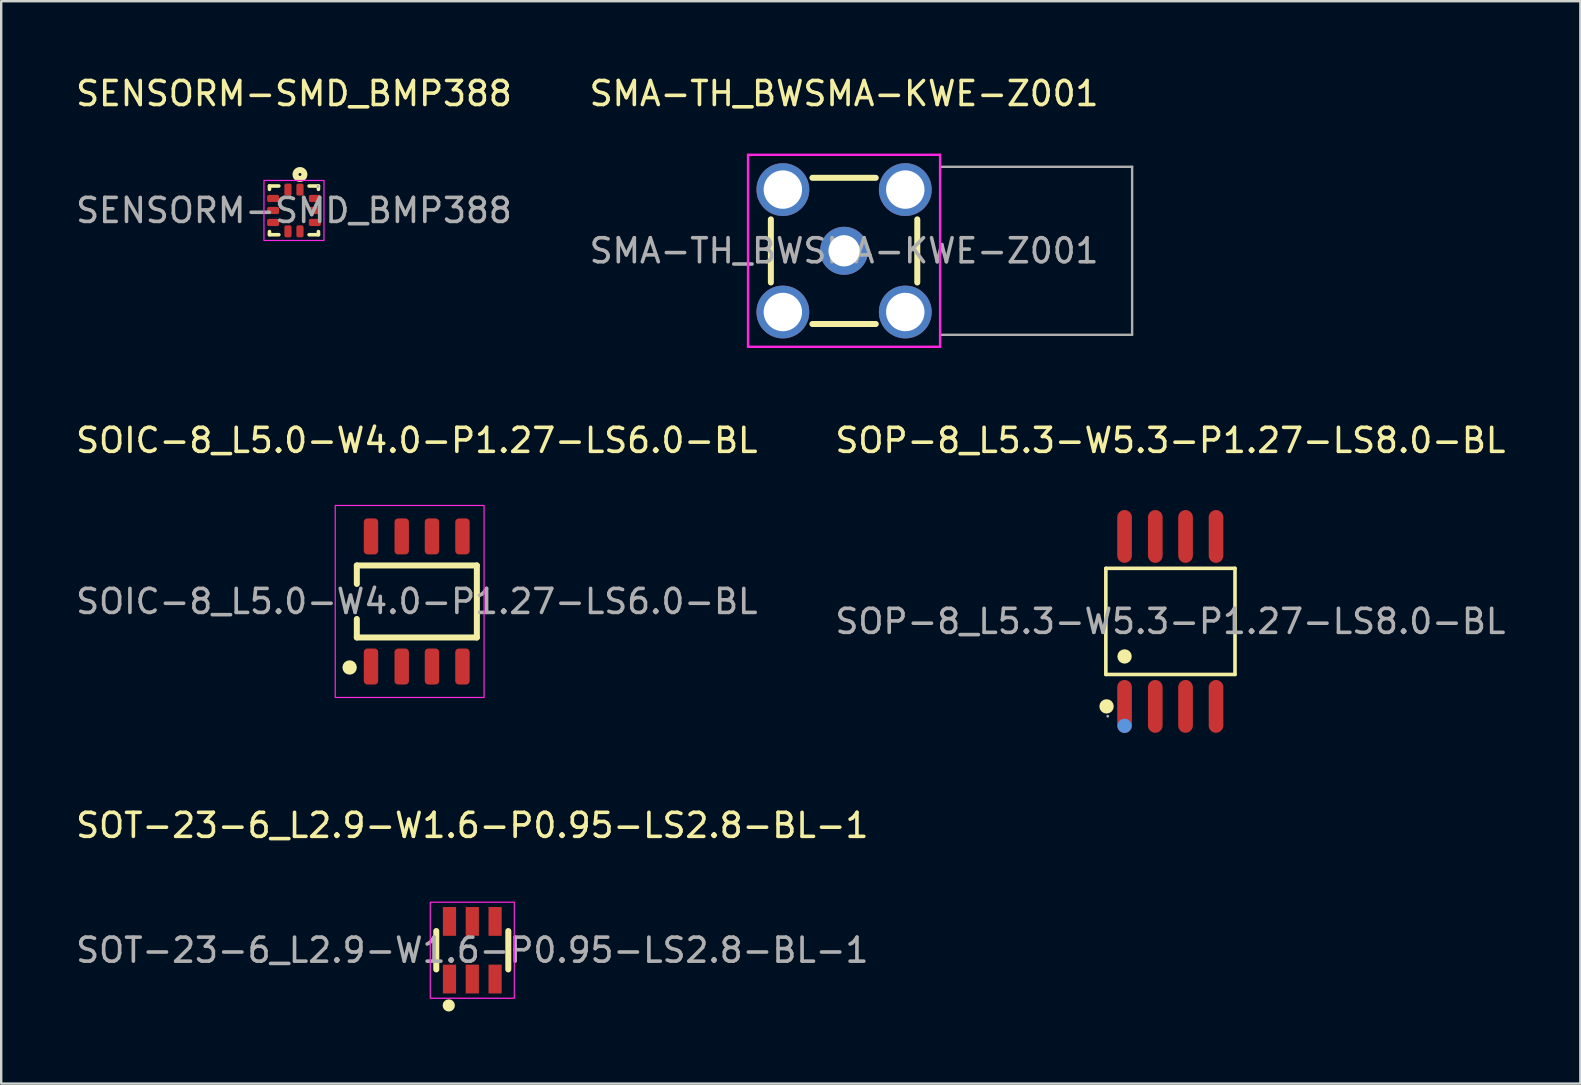
<source format=kicad_pcb>
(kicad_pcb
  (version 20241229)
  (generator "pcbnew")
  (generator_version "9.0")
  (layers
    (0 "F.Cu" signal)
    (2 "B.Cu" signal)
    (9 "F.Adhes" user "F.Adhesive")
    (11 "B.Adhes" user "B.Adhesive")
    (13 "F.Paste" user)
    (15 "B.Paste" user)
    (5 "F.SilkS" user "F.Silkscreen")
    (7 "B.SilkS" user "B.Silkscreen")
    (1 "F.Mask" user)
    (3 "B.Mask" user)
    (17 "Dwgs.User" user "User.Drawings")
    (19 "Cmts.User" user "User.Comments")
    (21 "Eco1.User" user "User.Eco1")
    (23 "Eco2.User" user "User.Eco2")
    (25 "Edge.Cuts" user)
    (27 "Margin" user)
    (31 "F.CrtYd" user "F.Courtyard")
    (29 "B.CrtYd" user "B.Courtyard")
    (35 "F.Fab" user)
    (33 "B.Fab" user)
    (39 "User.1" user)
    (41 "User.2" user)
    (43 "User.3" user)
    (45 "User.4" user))
  (footprint "SENSORM-SMD_BMP388"
    (layer "F.Cu")
    (at 9.196 5.718)
    (property "Reference" "SENSORM-SMD_BMP388" (at 0 -4.87 0) (layer "F.SilkS") (effects (font (size 1 1) (thickness 0.15))))
    (attr smd)
    (fp_line (start -1.02 -1.02) (end -0.63 -1.02) (stroke (width 0.15) (type solid)) (layer "F.SilkS"))
    (fp_line (start -1.02 -0.88) (end -1.02 -1.02) (stroke (width 0.15) (type solid)) (layer "F.SilkS"))
    (fp_line (start -1.02 1.01) (end -1.02 0.88) (stroke (width 0.15) (type solid)) (layer "F.SilkS"))
    (fp_line (start -0.63 1.01) (end -1.02 1.01) (stroke (width 0.15) (type solid)) (layer "F.SilkS"))
    (fp_line (start 0.63 -1.02) (end 1.02 -1.02) (stroke (width 0.15) (type solid)) (layer "F.SilkS"))
    (fp_line (start 1.02 -1.02) (end 1.02 -0.88) (stroke (width 0.15) (type solid)) (layer "F.SilkS"))
    (fp_line (start 1.02 0.88) (end 1.02 1.01) (stroke (width 0.15) (type solid)) (layer "F.SilkS"))
    (fp_line (start 1.02 1.01) (end 0.63 1.01) (stroke (width 0.15) (type solid)) (layer "F.SilkS"))
    (fp_circle (center 0.25 -1.5) (end 0.31 -1.5) (stroke (width 0.25) (type solid)) (fill no) (layer "F.SilkS"))
    (fp_rect (start -1.25 -1.25) (end 1.25 1.25) (stroke (width 0.05) (type default)) (fill no) (layer "F.CrtYd"))
    (fp_circle (center 1 -1) (end 1.03 -1) (stroke (width 0.06) (type solid)) (fill no) (layer "F.Fab"))
    (fp_text user "${REFERENCE}" (at 0 0 0) (layer "F.Fab") (effects (font (size 1 1) (thickness 0.15))))
    (pad "1" smd roundrect (at 0.25 -0.87) (size 0.3 0.5) (layers "F.Cu" "F.Mask" "F.Paste") (roundrect_rratio 0.25))
    (pad "2" smd roundrect (at -0.25 -0.87) (size 0.3 0.5) (layers "F.Cu" "F.Mask" "F.Paste") (roundrect_rratio 0.25))
    (pad "3" smd roundrect (at -0.87 -0.5 270) (size 0.3 0.5) (layers "F.Cu" "F.Mask" "F.Paste") (roundrect_rratio 0.25))
    (pad "4" smd roundrect (at -0.87 0 90) (size 0.3 0.5) (layers "F.Cu" "F.Mask" "F.Paste") (roundrect_rratio 0.25))
    (pad "5" smd roundrect (at -0.87 0.5 90) (size 0.3 0.5) (layers "F.Cu" "F.Mask" "F.Paste") (roundrect_rratio 0.25))
    (pad "6" smd roundrect (at -0.25 0.87 180) (size 0.3 0.5) (layers "F.Cu" "F.Mask" "F.Paste") (roundrect_rratio 0.25))
    (pad "7" smd roundrect (at 0.25 0.87 180) (size 0.3 0.5) (layers "F.Cu" "F.Mask" "F.Paste") (roundrect_rratio 0.25))
    (pad "8" smd roundrect (at 0.87 0.5 270) (size 0.3 0.5) (layers "F.Cu" "F.Mask" "F.Paste") (roundrect_rratio 0.25))
    (pad "9" smd roundrect (at 0.87 0 270) (size 0.3 0.5) (layers "F.Cu" "F.Mask" "F.Paste") (roundrect_rratio 0.25))
    (pad "10" smd roundrect (at 0.87 -0.5 270) (size 0.3 0.5) (layers "F.Cu" "F.Mask" "F.Paste") (roundrect_rratio 0.25)))
  (footprint "SOIC-8_L5.0-W4.0-P1.27-LS6.0-BL"
    (layer "F.Cu")
    (at 14.315 22.006)
    (property "Reference" "SOIC-8_L5.0-W4.0-P1.27-LS6.0-BL" (at 0 -6.71 0) (layer "F.SilkS") (effects (font (size 1 1) (thickness 0.15))))
    (attr smd)
    (fp_line (start -2.5 -1.5) (end -2.5 -0.73) (stroke (width 0.25) (type solid)) (layer "F.SilkS"))
    (fp_line (start -2.5 -1.5) (end 2.5 -1.5) (stroke (width 0.25) (type solid)) (layer "F.SilkS"))
    (fp_line (start -2.5 1.5) (end -2.5 0.73) (stroke (width 0.25) (type solid)) (layer "F.SilkS"))
    (fp_line (start -2.5 1.5) (end 2.5 1.5) (stroke (width 0.25) (type solid)) (layer "F.SilkS"))
    (fp_line (start 2.5 -1.5) (end 2.5 1.5) (stroke (width 0.25) (type solid)) (layer "F.SilkS"))
    (fp_circle (center -2.8 2.75) (end -2.65 2.75) (stroke (width 0.3) (type solid)) (fill no) (layer "F.SilkS"))
    (fp_rect (start -3.4 -4) (end 2.8 4) (stroke (width 0.05) (type default)) (fill no) (layer "F.CrtYd"))
    (fp_text user "${REFERENCE}" (at 0 0 0) (layer "F.Fab") (effects (font (size 1 1) (thickness 0.15))))
    (pad "1" smd roundrect (at -1.91 2.71) (size 0.6 1.5) (layers "F.Cu" "F.Mask" "F.Paste") (roundrect_rratio 0.25))
    (pad "2" smd roundrect (at -0.63 2.71) (size 0.6 1.5) (layers "F.Cu" "F.Mask" "F.Paste") (roundrect_rratio 0.25))
    (pad "3" smd roundrect (at 0.63 2.71) (size 0.6 1.5) (layers "F.Cu" "F.Mask" "F.Paste") (roundrect_rratio 0.25))
    (pad "4" smd roundrect (at 1.9 2.71) (size 0.6 1.5) (layers "F.Cu" "F.Mask" "F.Paste") (roundrect_rratio 0.25))
    (pad "5" smd roundrect (at 1.9 -2.71) (size 0.6 1.5) (layers "F.Cu" "F.Mask" "F.Paste") (roundrect_rratio 0.25))
    (pad "6" smd roundrect (at 0.63 -2.71) (size 0.6 1.5) (layers "F.Cu" "F.Mask" "F.Paste") (roundrect_rratio 0.25))
    (pad "7" smd roundrect (at -0.63 -2.71) (size 0.6 1.5) (layers "F.Cu" "F.Mask" "F.Paste") (roundrect_rratio 0.25))
    (pad "8" smd roundrect (at -1.91 -2.71) (size 0.6 1.5) (layers "F.Cu" "F.Mask" "F.Paste") (roundrect_rratio 0.25)))
  (footprint "SOP-8_L5.3-W5.3-P1.27-LS8.0-BL"
    (layer "F.Cu")
    (at 45.708 22.837)
    (property "Reference" "SOP-8_L5.3-W5.3-P1.27-LS8.0-BL" (at 0 -7.54 0) (layer "F.SilkS") (effects (font (size 1 1) (thickness 0.15))))
    (attr smd)
    (fp_line (start -2.69 -2.21) (end 2.69 -2.21) (stroke (width 0.15) (type solid)) (layer "F.SilkS"))
    (fp_line (start -2.69 2.21) (end -2.69 -2.21) (stroke (width 0.15) (type solid)) (layer "F.SilkS"))
    (fp_line (start 2.69 -2.21) (end 2.69 2.21) (stroke (width 0.15) (type solid)) (layer "F.SilkS"))
    (fp_line (start 2.69 2.21) (end -2.69 2.21) (stroke (width 0.15) (type solid)) (layer "F.SilkS"))
    (fp_circle (center -2.66 3.54) (end -2.51 3.54) (stroke (width 0.3) (type solid)) (fill no) (layer "F.SilkS"))
    (fp_circle (center -1.91 1.46) (end -1.76 1.46) (stroke (width 0.3) (type solid)) (fill no) (layer "F.SilkS"))
    (fp_circle (center -1.91 4.35) (end -1.76 4.35) (stroke (width 0.3) (type solid)) (fill no) (layer "Cmts.User"))
    (fp_circle (center -2.61 3.95) (end -2.58 3.95) (stroke (width 0.06) (type solid)) (fill no) (layer "F.Fab"))
    (fp_text user "${REFERENCE}" (at 0 0 0) (layer "F.Fab") (effects (font (size 1 1) (thickness 0.15))))
    (pad "1" smd oval (at -1.91 3.54) (size 0.61 2.2) (layers "F.Cu" "F.Mask" "F.Paste"))
    (pad "2" smd oval (at -0.63 3.54) (size 0.61 2.2) (layers "F.Cu" "F.Mask" "F.Paste"))
    (pad "3" smd oval (at 0.63 3.54) (size 0.61 2.2) (layers "F.Cu" "F.Mask" "F.Paste"))
    (pad "4" smd oval (at 1.9 3.54) (size 0.61 2.2) (layers "F.Cu" "F.Mask" "F.Paste"))
    (pad "5" smd oval (at 1.9 -3.54) (size 0.61 2.2) (layers "F.Cu" "F.Mask" "F.Paste"))
    (pad "6" smd oval (at 0.63 -3.54) (size 0.61 2.2) (layers "F.Cu" "F.Mask" "F.Paste"))
    (pad "7" smd oval (at -0.63 -3.54) (size 0.61 2.2) (layers "F.Cu" "F.Mask" "F.Paste"))
    (pad "8" smd oval (at -1.91 -3.54) (size 0.61 2.2) (layers "F.Cu" "F.Mask" "F.Paste")))
  (footprint "SMA-TH_BWSMA-KWE-Z001"
    (layer "F.Cu")
    (at 32.113 7.398)
    (property "Reference" "SMA-TH_BWSMA-KWE-Z001" (at 0 -6.55 0) (layer "F.SilkS") (effects (font (size 1 1) (thickness 0.15))))
    (attr through_hole)
    (fp_line (start -3.05 -1.31) (end -3.05 1.32) (stroke (width 0.25) (type solid)) (layer "F.SilkS"))
    (fp_line (start -1.32 3.05) (end 1.32 3.05) (stroke (width 0.25) (type solid)) (layer "F.SilkS"))
    (fp_line (start 1.32 -3.04) (end -1.32 -3.04) (stroke (width 0.25) (type solid)) (layer "F.SilkS"))
    (fp_line (start 3.05 1.32) (end 3.05 -1.31) (stroke (width 0.25) (type solid)) (layer "F.SilkS"))
    (fp_line (start -4 -4) (end -4 4) (stroke (width 0.1) (type default)) (layer "F.CrtYd"))
    (fp_line (start -4 -4) (end 4 -4) (stroke (width 0.1) (type default)) (layer "F.CrtYd"))
    (fp_line (start 4 -4) (end 4 -3.5) (stroke (width 0.1) (type default)) (layer "F.CrtYd"))
    (fp_line (start 4 -3.5) (end 4 3.5) (stroke (width 0.1) (type default)) (layer "F.CrtYd"))
    (fp_line (start 4 3.5) (end 4 4) (stroke (width 0.1) (type default)) (layer "F.CrtYd"))
    (fp_line (start 4 4) (end -4 4) (stroke (width 0.1) (type default)) (layer "F.CrtYd"))
    (fp_line (start 4 -3.5) (end 12 -3.5) (stroke (width 0.1) (type default)) (layer "F.Fab"))
    (fp_line (start 12 -3.5) (end 12 3.5) (stroke (width 0.1) (type default)) (layer "F.Fab"))
    (fp_line (start 12 3.5) (end 4 3.5) (stroke (width 0.1) (type default)) (layer "F.Fab"))
    (fp_circle (center -3 3.02) (end -2.97 3.02) (stroke (width 0.06) (type solid)) (fill no) (layer "F.Fab"))
    (fp_circle (center 0 0) (end 0.23 0) (stroke (width 0.45) (type solid)) (fill no) (layer "F.Fab"))
    (fp_text user "${REFERENCE}" (at 0 0 0) (layer "F.Fab") (effects (font (size 1 1) (thickness 0.15))))
    (pad "1" thru_hole circle (at -2.55 2.55) (size 2.2 2.2) (drill 1.6) (layers "*.Cu" "*.Mask"))
    (pad "2" thru_hole circle (at -2.55 -2.55) (size 2.2 2.2) (drill 1.6) (layers "*.Cu" "*.Mask"))
    (pad "3" thru_hole circle (at 2.55 -2.55) (size 2.2 2.2) (drill 1.6) (layers "*.Cu" "*.Mask"))
    (pad "4" thru_hole circle (at 2.55 2.55) (size 2.2 2.2) (drill 1.6) (layers "*.Cu" "*.Mask"))
    (pad "5" thru_hole circle (at 0 0) (size 2 2) (drill 1.3) (layers "*.Cu" "*.Mask")))
  (footprint "SOT-23-6_L2.9-W1.6-P0.95-LS2.8-BL-1"
    (layer "F.Cu")
    (at 16.625 36.535)
    (property "Reference" "SOT-23-6_L2.9-W1.6-P0.95-LS2.8-BL-1" (at 0 -5.2 0) (layer "F.SilkS") (effects (font (size 1 1) (thickness 0.15))))
    (attr smd)
    (fp_line (start -1.5 0.8) (end -1.5 -0.8) (stroke (width 0.25) (type solid)) (layer "F.SilkS"))
    (fp_line (start 1.5 -0.8) (end 1.5 0.8) (stroke (width 0.25) (type solid)) (layer "F.SilkS"))
    (fp_circle (center -0.98 2.3) (end -0.85 2.3) (stroke (width 0.25) (type solid)) (fill no) (layer "F.SilkS"))
    (fp_rect (start -1.75 -2) (end 1.75 2) (stroke (width 0.05) (type default)) (fill no) (layer "F.CrtYd"))
    (fp_text user "${REFERENCE}" (at 0 0 0) (layer "F.Fab") (effects (font (size 1 1) (thickness 0.15))))
    (pad "1" smd rect (at -0.95 1.2) (size 0.55 1.2) (layers "F.Cu" "F.Mask" "F.Paste"))
    (pad "2" smd rect (at 0 1.2) (size 0.55 1.2) (layers "F.Cu" "F.Mask" "F.Paste"))
    (pad "3" smd rect (at 0.95 1.2) (size 0.55 1.2) (layers "F.Cu" "F.Mask" "F.Paste"))
    (pad "4" smd rect (at 0.95 -1.2) (size 0.55 1.2) (layers "F.Cu" "F.Mask" "F.Paste"))
    (pad "5" smd rect (at 0 -1.2) (size 0.55 1.2) (layers "F.Cu" "F.Mask" "F.Paste"))
    (pad "6" smd rect (at -0.95 -1.2) (size 0.55 1.2) (layers "F.Cu" "F.Mask" "F.Paste")))
  (gr_rect
    (start -3 -3)
    (end 62.786 42.09)
    (stroke (width 0.1) (type default))
    (fill no)
    (layer "Edge.Cuts")))
</source>
